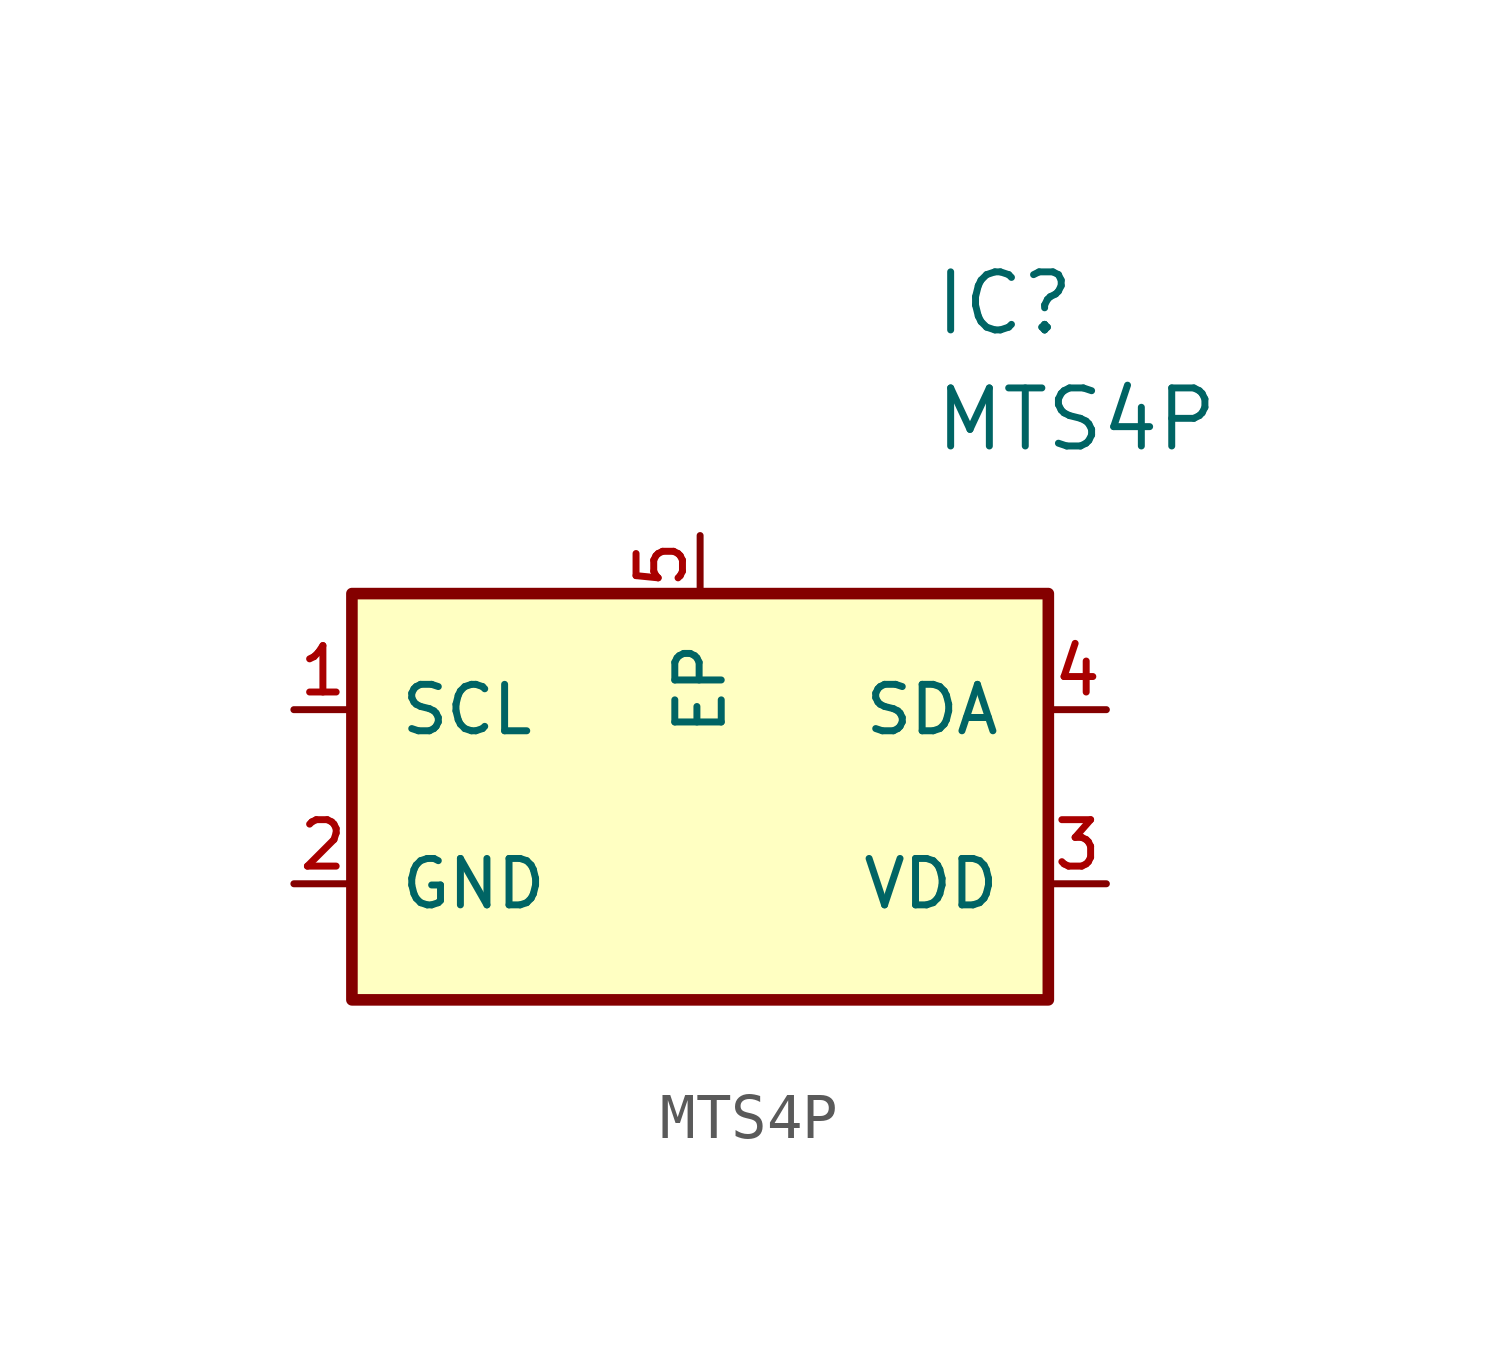
<source format=kicad_sym>
(kicad_symbol_lib
  (version 20241209)
  (generator "kicad_symbol_editor")
  (generator_version "9.0")
  (symbol "MTS4P"
    (pin_names
      (offset 1.016))
    (property "Reference" "IC"
      (at 17.78 8.89 0)
      (effects (font (size 1.27 1.27)) (justify left)))
    (property "Value" "MTS4P"
      (at 17.78 6.35 0)
      (effects (font (size 1.27 1.27)) (justify left)))
    (symbol "MTS4P_0_0"
      (rectangle (start 5.08 2.54) (end 20.32 -6.35) (stroke (width 0.254) (type default)) (fill (type background))))
    (symbol "MTS4P_1_0"
      (pin bidirectional line (at 3.81 0 0) (length 1.27) (name "SCL" (effects (font (size 1.016 1.016)))) (number "1" (effects (font (size 1.016 1.016)))))
      (pin unspecified line (at 3.81 -3.81 0) (length 1.27) (name "GND" (effects (font (size 1.016 1.016)))) (number "2" (effects (font (size 1.016 1.016)))))
      (pin unspecified line (at 12.7 3.81 270) (length 1.27) (name "EP" (effects (font (size 1.016 1.016)))) (number "5" (effects (font (size 1.016 1.016)))))
      (pin bidirectional line (at 21.59 0 180) (length 1.27) (name "SDA" (effects (font (size 1.016 1.016)))) (number "4" (effects (font (size 1.016 1.016)))))
      (pin power_in line (at 21.59 -3.81 180) (length 1.27) (name "VDD" (effects (font (size 1.016 1.016)))) (number "3" (effects (font (size 1.016 1.016))))))))
</source>
